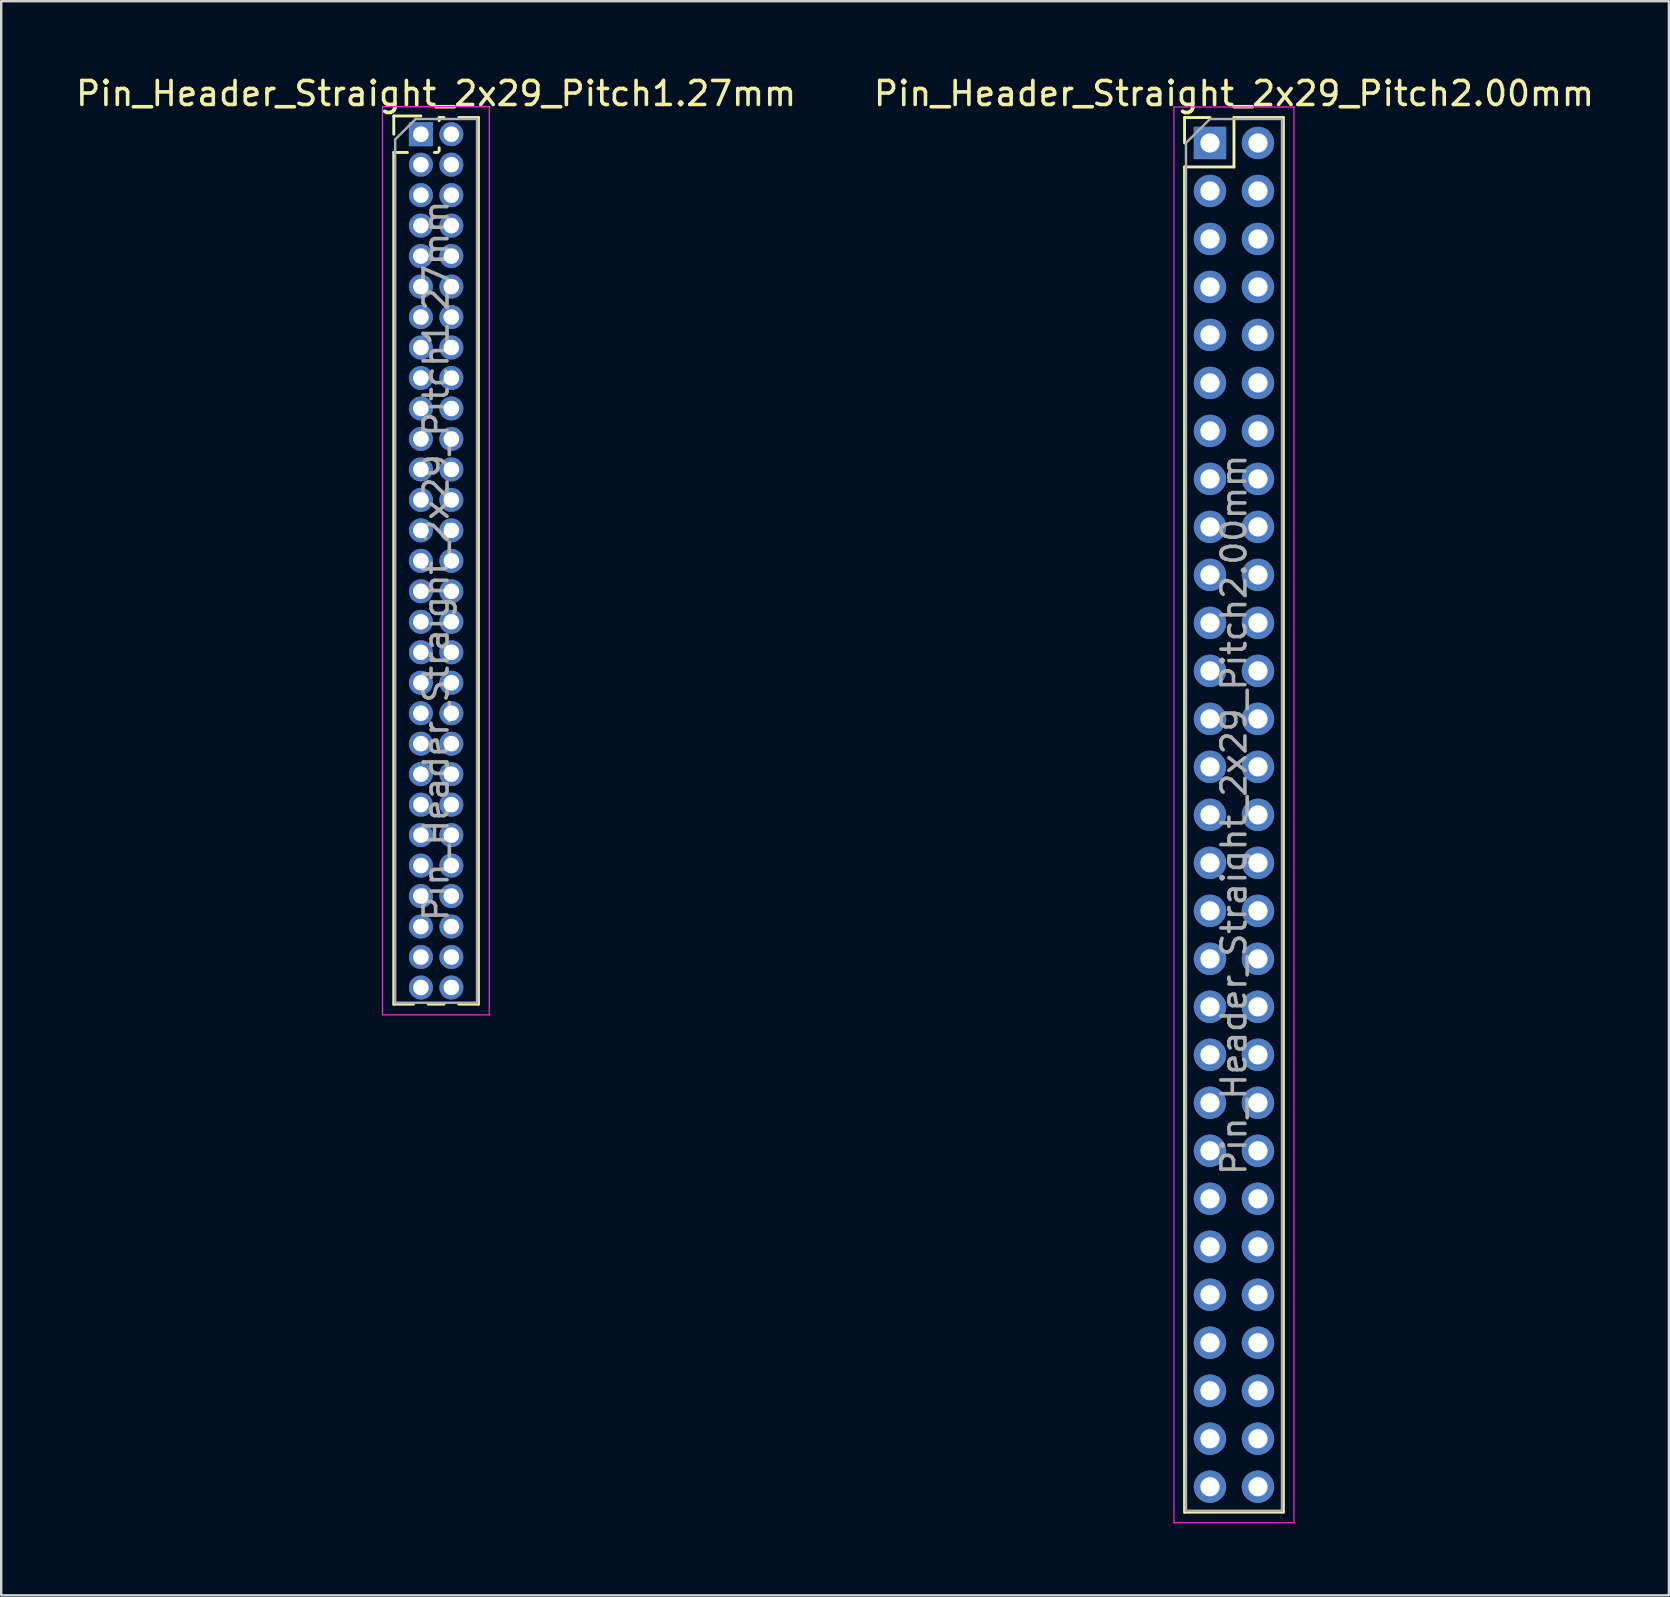
<source format=kicad_pcb>
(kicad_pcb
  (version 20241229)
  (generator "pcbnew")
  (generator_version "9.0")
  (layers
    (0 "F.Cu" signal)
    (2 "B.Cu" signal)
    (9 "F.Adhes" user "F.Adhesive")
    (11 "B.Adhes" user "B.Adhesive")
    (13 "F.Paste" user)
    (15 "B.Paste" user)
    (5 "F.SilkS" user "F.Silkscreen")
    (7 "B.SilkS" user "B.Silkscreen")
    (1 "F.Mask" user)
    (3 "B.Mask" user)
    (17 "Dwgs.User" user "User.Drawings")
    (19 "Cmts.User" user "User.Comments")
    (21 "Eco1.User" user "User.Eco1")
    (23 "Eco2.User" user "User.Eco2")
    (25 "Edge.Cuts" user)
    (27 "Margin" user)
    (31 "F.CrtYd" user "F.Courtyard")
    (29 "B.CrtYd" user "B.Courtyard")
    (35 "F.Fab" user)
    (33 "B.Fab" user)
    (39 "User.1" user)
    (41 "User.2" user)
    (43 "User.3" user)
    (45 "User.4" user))
  (footprint "Pin_Header_Straight_2x29_Pitch2.00mm"
    (layer "F.Cu")
    (at 47.375 2.908)
    (property "Reference" "Pin_Header_Straight_2x29_Pitch2.00mm" (at 1 -2.06 0) (layer "F.SilkS") (effects (font (size 1 1) (thickness 0.15))))
    (attr through_hole)
    (fp_line (start -1.06 -1.06) (end 0 -1.06) (stroke (width 0.12) (type solid)) (layer "F.SilkS"))
    (fp_line (start -1.06 0) (end -1.06 -1.06) (stroke (width 0.12) (type solid)) (layer "F.SilkS"))
    (fp_line (start -1.06 1) (end -1.06 57.06) (stroke (width 0.12) (type solid)) (layer "F.SilkS"))
    (fp_line (start -1.06 1) (end 1 1) (stroke (width 0.12) (type solid)) (layer "F.SilkS"))
    (fp_line (start -1.06 57.06) (end 3.06 57.06) (stroke (width 0.12) (type solid)) (layer "F.SilkS"))
    (fp_line (start 1 -1.06) (end 3.06 -1.06) (stroke (width 0.12) (type solid)) (layer "F.SilkS"))
    (fp_line (start 1 1) (end 1 -1.06) (stroke (width 0.12) (type solid)) (layer "F.SilkS"))
    (fp_line (start 3.06 -1.06) (end 3.06 57.06) (stroke (width 0.12) (type solid)) (layer "F.SilkS"))
    (fp_line (start -1.5 -1.5) (end -1.5 57.5) (stroke (width 0.05) (type solid)) (layer "F.CrtYd"))
    (fp_line (start -1.5 57.5) (end 3.5 57.5) (stroke (width 0.05) (type solid)) (layer "F.CrtYd"))
    (fp_line (start 3.5 -1.5) (end -1.5 -1.5) (stroke (width 0.05) (type solid)) (layer "F.CrtYd"))
    (fp_line (start 3.5 57.5) (end 3.5 -1.5) (stroke (width 0.05) (type solid)) (layer "F.CrtYd"))
    (fp_line (start -1 0) (end 0 -1) (stroke (width 0.1) (type solid)) (layer "F.Fab"))
    (fp_line (start -1 57) (end -1 0) (stroke (width 0.1) (type solid)) (layer "F.Fab"))
    (fp_line (start 0 -1) (end 3 -1) (stroke (width 0.1) (type solid)) (layer "F.Fab"))
    (fp_line (start 3 -1) (end 3 57) (stroke (width 0.1) (type solid)) (layer "F.Fab"))
    (fp_line (start 3 57) (end -1 57) (stroke (width 0.1) (type solid)) (layer "F.Fab"))
    (fp_text user "${REFERENCE}" (at 1 28 90) (layer "F.Fab") (effects (font (size 1 1) (thickness 0.15))))
    (pad "1" thru_hole rect (at 0 0) (size 1.35 1.35) (drill 0.8) (layers "*.Cu" "*.Mask"))
    (pad "2" thru_hole oval (at 2 0) (size 1.35 1.35) (drill 0.8) (layers "*.Cu" "*.Mask"))
    (pad "3" thru_hole oval (at 0 2) (size 1.35 1.35) (drill 0.8) (layers "*.Cu" "*.Mask"))
    (pad "4" thru_hole oval (at 2 2) (size 1.35 1.35) (drill 0.8) (layers "*.Cu" "*.Mask"))
    (pad "5" thru_hole oval (at 0 4) (size 1.35 1.35) (drill 0.8) (layers "*.Cu" "*.Mask"))
    (pad "6" thru_hole oval (at 2 4) (size 1.35 1.35) (drill 0.8) (layers "*.Cu" "*.Mask"))
    (pad "7" thru_hole oval (at 0 6) (size 1.35 1.35) (drill 0.8) (layers "*.Cu" "*.Mask"))
    (pad "8" thru_hole oval (at 2 6) (size 1.35 1.35) (drill 0.8) (layers "*.Cu" "*.Mask"))
    (pad "9" thru_hole oval (at 0 8) (size 1.35 1.35) (drill 0.8) (layers "*.Cu" "*.Mask"))
    (pad "10" thru_hole oval (at 2 8) (size 1.35 1.35) (drill 0.8) (layers "*.Cu" "*.Mask"))
    (pad "11" thru_hole oval (at 0 10) (size 1.35 1.35) (drill 0.8) (layers "*.Cu" "*.Mask"))
    (pad "12" thru_hole oval (at 2 10) (size 1.35 1.35) (drill 0.8) (layers "*.Cu" "*.Mask"))
    (pad "13" thru_hole oval (at 0 12) (size 1.35 1.35) (drill 0.8) (layers "*.Cu" "*.Mask"))
    (pad "14" thru_hole oval (at 2 12) (size 1.35 1.35) (drill 0.8) (layers "*.Cu" "*.Mask"))
    (pad "15" thru_hole oval (at 0 14) (size 1.35 1.35) (drill 0.8) (layers "*.Cu" "*.Mask"))
    (pad "16" thru_hole oval (at 2 14) (size 1.35 1.35) (drill 0.8) (layers "*.Cu" "*.Mask"))
    (pad "17" thru_hole oval (at 0 16) (size 1.35 1.35) (drill 0.8) (layers "*.Cu" "*.Mask"))
    (pad "18" thru_hole oval (at 2 16) (size 1.35 1.35) (drill 0.8) (layers "*.Cu" "*.Mask"))
    (pad "19" thru_hole oval (at 0 18) (size 1.35 1.35) (drill 0.8) (layers "*.Cu" "*.Mask"))
    (pad "20" thru_hole oval (at 2 18) (size 1.35 1.35) (drill 0.8) (layers "*.Cu" "*.Mask"))
    (pad "21" thru_hole oval (at 0 20) (size 1.35 1.35) (drill 0.8) (layers "*.Cu" "*.Mask"))
    (pad "22" thru_hole oval (at 2 20) (size 1.35 1.35) (drill 0.8) (layers "*.Cu" "*.Mask"))
    (pad "23" thru_hole oval (at 0 22) (size 1.35 1.35) (drill 0.8) (layers "*.Cu" "*.Mask"))
    (pad "24" thru_hole oval (at 2 22) (size 1.35 1.35) (drill 0.8) (layers "*.Cu" "*.Mask"))
    (pad "25" thru_hole oval (at 0 24) (size 1.35 1.35) (drill 0.8) (layers "*.Cu" "*.Mask"))
    (pad "26" thru_hole oval (at 2 24) (size 1.35 1.35) (drill 0.8) (layers "*.Cu" "*.Mask"))
    (pad "27" thru_hole oval (at 0 26) (size 1.35 1.35) (drill 0.8) (layers "*.Cu" "*.Mask"))
    (pad "28" thru_hole oval (at 2 26) (size 1.35 1.35) (drill 0.8) (layers "*.Cu" "*.Mask"))
    (pad "29" thru_hole oval (at 0 28) (size 1.35 1.35) (drill 0.8) (layers "*.Cu" "*.Mask"))
    (pad "30" thru_hole oval (at 2 28) (size 1.35 1.35) (drill 0.8) (layers "*.Cu" "*.Mask"))
    (pad "31" thru_hole oval (at 0 30) (size 1.35 1.35) (drill 0.8) (layers "*.Cu" "*.Mask"))
    (pad "32" thru_hole oval (at 2 30) (size 1.35 1.35) (drill 0.8) (layers "*.Cu" "*.Mask"))
    (pad "33" thru_hole oval (at 0 32) (size 1.35 1.35) (drill 0.8) (layers "*.Cu" "*.Mask"))
    (pad "34" thru_hole oval (at 2 32) (size 1.35 1.35) (drill 0.8) (layers "*.Cu" "*.Mask"))
    (pad "35" thru_hole oval (at 0 34) (size 1.35 1.35) (drill 0.8) (layers "*.Cu" "*.Mask"))
    (pad "36" thru_hole oval (at 2 34) (size 1.35 1.35) (drill 0.8) (layers "*.Cu" "*.Mask"))
    (pad "37" thru_hole oval (at 0 36) (size 1.35 1.35) (drill 0.8) (layers "*.Cu" "*.Mask"))
    (pad "38" thru_hole oval (at 2 36) (size 1.35 1.35) (drill 0.8) (layers "*.Cu" "*.Mask"))
    (pad "39" thru_hole oval (at 0 38) (size 1.35 1.35) (drill 0.8) (layers "*.Cu" "*.Mask"))
    (pad "40" thru_hole oval (at 2 38) (size 1.35 1.35) (drill 0.8) (layers "*.Cu" "*.Mask"))
    (pad "41" thru_hole oval (at 0 40) (size 1.35 1.35) (drill 0.8) (layers "*.Cu" "*.Mask"))
    (pad "42" thru_hole oval (at 2 40) (size 1.35 1.35) (drill 0.8) (layers "*.Cu" "*.Mask"))
    (pad "43" thru_hole oval (at 0 42) (size 1.35 1.35) (drill 0.8) (layers "*.Cu" "*.Mask"))
    (pad "44" thru_hole oval (at 2 42) (size 1.35 1.35) (drill 0.8) (layers "*.Cu" "*.Mask"))
    (pad "45" thru_hole oval (at 0 44) (size 1.35 1.35) (drill 0.8) (layers "*.Cu" "*.Mask"))
    (pad "46" thru_hole oval (at 2 44) (size 1.35 1.35) (drill 0.8) (layers "*.Cu" "*.Mask"))
    (pad "47" thru_hole oval (at 0 46) (size 1.35 1.35) (drill 0.8) (layers "*.Cu" "*.Mask"))
    (pad "48" thru_hole oval (at 2 46) (size 1.35 1.35) (drill 0.8) (layers "*.Cu" "*.Mask"))
    (pad "49" thru_hole oval (at 0 48) (size 1.35 1.35) (drill 0.8) (layers "*.Cu" "*.Mask"))
    (pad "50" thru_hole oval (at 2 48) (size 1.35 1.35) (drill 0.8) (layers "*.Cu" "*.Mask"))
    (pad "51" thru_hole oval (at 0 50) (size 1.35 1.35) (drill 0.8) (layers "*.Cu" "*.Mask"))
    (pad "52" thru_hole oval (at 2 50) (size 1.35 1.35) (drill 0.8) (layers "*.Cu" "*.Mask"))
    (pad "53" thru_hole oval (at 0 52) (size 1.35 1.35) (drill 0.8) (layers "*.Cu" "*.Mask"))
    (pad "54" thru_hole oval (at 2 52) (size 1.35 1.35) (drill 0.8) (layers "*.Cu" "*.Mask"))
    (pad "55" thru_hole oval (at 0 54) (size 1.35 1.35) (drill 0.8) (layers "*.Cu" "*.Mask"))
    (pad "56" thru_hole oval (at 2 54) (size 1.35 1.35) (drill 0.8) (layers "*.Cu" "*.Mask"))
    (pad "57" thru_hole oval (at 0 56) (size 1.35 1.35) (drill 0.8) (layers "*.Cu" "*.Mask"))
    (pad "58" thru_hole oval (at 2 56) (size 1.35 1.35) (drill 0.8) (layers "*.Cu" "*.Mask")))
  (footprint "Pin_Header_Straight_2x29_Pitch1.27mm"
    (layer "F.Cu")
    (at 14.49 2.543)
    (property "Reference" "Pin_Header_Straight_2x29_Pitch1.27mm" (at 0.635 -1.695 0) (layer "F.SilkS") (effects (font (size 1 1) (thickness 0.15))))
    (attr through_hole)
    (fp_line (start -1.13 -0.76) (end 0 -0.76) (stroke (width 0.12) (type solid)) (layer "F.SilkS"))
    (fp_line (start -1.13 0) (end -1.13 -0.76) (stroke (width 0.12) (type solid)) (layer "F.SilkS"))
    (fp_line (start -1.13 0.76) (end -1.13 36.255) (stroke (width 0.12) (type solid)) (layer "F.SilkS"))
    (fp_line (start -1.13 0.76) (end -0.563 0.76) (stroke (width 0.12) (type solid)) (layer "F.SilkS"))
    (fp_line (start -1.13 36.255) (end -0.308 36.255) (stroke (width 0.12) (type solid)) (layer "F.SilkS"))
    (fp_line (start 0.308 36.255) (end 0.962 36.255) (stroke (width 0.12) (type solid)) (layer "F.SilkS"))
    (fp_line (start 0.563 0.76) (end 0.707 0.76) (stroke (width 0.12) (type solid)) (layer "F.SilkS"))
    (fp_line (start 0.76 -0.695) (end 0.962 -0.695) (stroke (width 0.12) (type solid)) (layer "F.SilkS"))
    (fp_line (start 0.76 -0.563) (end 0.76 -0.695) (stroke (width 0.12) (type solid)) (layer "F.SilkS"))
    (fp_line (start 0.76 0.707) (end 0.76 0.563) (stroke (width 0.12) (type solid)) (layer "F.SilkS"))
    (fp_line (start 1.578 -0.695) (end 2.4 -0.695) (stroke (width 0.12) (type solid)) (layer "F.SilkS"))
    (fp_line (start 1.578 36.255) (end 2.4 36.255) (stroke (width 0.12) (type solid)) (layer "F.SilkS"))
    (fp_line (start 2.4 -0.695) (end 2.4 36.255) (stroke (width 0.12) (type solid)) (layer "F.SilkS"))
    (fp_line (start -1.6 -1.15) (end -1.6 36.7) (stroke (width 0.05) (type solid)) (layer "F.CrtYd"))
    (fp_line (start -1.6 36.7) (end 2.85 36.7) (stroke (width 0.05) (type solid)) (layer "F.CrtYd"))
    (fp_line (start 2.85 -1.15) (end -1.6 -1.15) (stroke (width 0.05) (type solid)) (layer "F.CrtYd"))
    (fp_line (start 2.85 36.7) (end 2.85 -1.15) (stroke (width 0.05) (type solid)) (layer "F.CrtYd"))
    (fp_line (start -1.07 0.217) (end -0.217 -0.635) (stroke (width 0.1) (type solid)) (layer "F.Fab"))
    (fp_line (start -1.07 36.195) (end -1.07 0.217) (stroke (width 0.1) (type solid)) (layer "F.Fab"))
    (fp_line (start -0.217 -0.635) (end 2.34 -0.635) (stroke (width 0.1) (type solid)) (layer "F.Fab"))
    (fp_line (start 2.34 -0.635) (end 2.34 36.195) (stroke (width 0.1) (type solid)) (layer "F.Fab"))
    (fp_line (start 2.34 36.195) (end -1.07 36.195) (stroke (width 0.1) (type solid)) (layer "F.Fab"))
    (fp_text user "${REFERENCE}" (at 0.635 17.78 90) (layer "F.Fab") (effects (font (size 1 1) (thickness 0.15))))
    (pad "1" thru_hole rect (at 0 0) (size 1 1) (drill 0.65) (layers "*.Cu" "*.Mask"))
    (pad "2" thru_hole oval (at 1.27 0) (size 1 1) (drill 0.65) (layers "*.Cu" "*.Mask"))
    (pad "3" thru_hole oval (at 0 1.27) (size 1 1) (drill 0.65) (layers "*.Cu" "*.Mask"))
    (pad "4" thru_hole oval (at 1.27 1.27) (size 1 1) (drill 0.65) (layers "*.Cu" "*.Mask"))
    (pad "5" thru_hole oval (at 0 2.54) (size 1 1) (drill 0.65) (layers "*.Cu" "*.Mask"))
    (pad "6" thru_hole oval (at 1.27 2.54) (size 1 1) (drill 0.65) (layers "*.Cu" "*.Mask"))
    (pad "7" thru_hole oval (at 0 3.81) (size 1 1) (drill 0.65) (layers "*.Cu" "*.Mask"))
    (pad "8" thru_hole oval (at 1.27 3.81) (size 1 1) (drill 0.65) (layers "*.Cu" "*.Mask"))
    (pad "9" thru_hole oval (at 0 5.08) (size 1 1) (drill 0.65) (layers "*.Cu" "*.Mask"))
    (pad "10" thru_hole oval (at 1.27 5.08) (size 1 1) (drill 0.65) (layers "*.Cu" "*.Mask"))
    (pad "11" thru_hole oval (at 0 6.35) (size 1 1) (drill 0.65) (layers "*.Cu" "*.Mask"))
    (pad "12" thru_hole oval (at 1.27 6.35) (size 1 1) (drill 0.65) (layers "*.Cu" "*.Mask"))
    (pad "13" thru_hole oval (at 0 7.62) (size 1 1) (drill 0.65) (layers "*.Cu" "*.Mask"))
    (pad "14" thru_hole oval (at 1.27 7.62) (size 1 1) (drill 0.65) (layers "*.Cu" "*.Mask"))
    (pad "15" thru_hole oval (at 0 8.89) (size 1 1) (drill 0.65) (layers "*.Cu" "*.Mask"))
    (pad "16" thru_hole oval (at 1.27 8.89) (size 1 1) (drill 0.65) (layers "*.Cu" "*.Mask"))
    (pad "17" thru_hole oval (at 0 10.16) (size 1 1) (drill 0.65) (layers "*.Cu" "*.Mask"))
    (pad "18" thru_hole oval (at 1.27 10.16) (size 1 1) (drill 0.65) (layers "*.Cu" "*.Mask"))
    (pad "19" thru_hole oval (at 0 11.43) (size 1 1) (drill 0.65) (layers "*.Cu" "*.Mask"))
    (pad "20" thru_hole oval (at 1.27 11.43) (size 1 1) (drill 0.65) (layers "*.Cu" "*.Mask"))
    (pad "21" thru_hole oval (at 0 12.7) (size 1 1) (drill 0.65) (layers "*.Cu" "*.Mask"))
    (pad "22" thru_hole oval (at 1.27 12.7) (size 1 1) (drill 0.65) (layers "*.Cu" "*.Mask"))
    (pad "23" thru_hole oval (at 0 13.97) (size 1 1) (drill 0.65) (layers "*.Cu" "*.Mask"))
    (pad "24" thru_hole oval (at 1.27 13.97) (size 1 1) (drill 0.65) (layers "*.Cu" "*.Mask"))
    (pad "25" thru_hole oval (at 0 15.24) (size 1 1) (drill 0.65) (layers "*.Cu" "*.Mask"))
    (pad "26" thru_hole oval (at 1.27 15.24) (size 1 1) (drill 0.65) (layers "*.Cu" "*.Mask"))
    (pad "27" thru_hole oval (at 0 16.51) (size 1 1) (drill 0.65) (layers "*.Cu" "*.Mask"))
    (pad "28" thru_hole oval (at 1.27 16.51) (size 1 1) (drill 0.65) (layers "*.Cu" "*.Mask"))
    (pad "29" thru_hole oval (at 0 17.78) (size 1 1) (drill 0.65) (layers "*.Cu" "*.Mask"))
    (pad "30" thru_hole oval (at 1.27 17.78) (size 1 1) (drill 0.65) (layers "*.Cu" "*.Mask"))
    (pad "31" thru_hole oval (at 0 19.05) (size 1 1) (drill 0.65) (layers "*.Cu" "*.Mask"))
    (pad "32" thru_hole oval (at 1.27 19.05) (size 1 1) (drill 0.65) (layers "*.Cu" "*.Mask"))
    (pad "33" thru_hole oval (at 0 20.32) (size 1 1) (drill 0.65) (layers "*.Cu" "*.Mask"))
    (pad "34" thru_hole oval (at 1.27 20.32) (size 1 1) (drill 0.65) (layers "*.Cu" "*.Mask"))
    (pad "35" thru_hole oval (at 0 21.59) (size 1 1) (drill 0.65) (layers "*.Cu" "*.Mask"))
    (pad "36" thru_hole oval (at 1.27 21.59) (size 1 1) (drill 0.65) (layers "*.Cu" "*.Mask"))
    (pad "37" thru_hole oval (at 0 22.86) (size 1 1) (drill 0.65) (layers "*.Cu" "*.Mask"))
    (pad "38" thru_hole oval (at 1.27 22.86) (size 1 1) (drill 0.65) (layers "*.Cu" "*.Mask"))
    (pad "39" thru_hole oval (at 0 24.13) (size 1 1) (drill 0.65) (layers "*.Cu" "*.Mask"))
    (pad "40" thru_hole oval (at 1.27 24.13) (size 1 1) (drill 0.65) (layers "*.Cu" "*.Mask"))
    (pad "41" thru_hole oval (at 0 25.4) (size 1 1) (drill 0.65) (layers "*.Cu" "*.Mask"))
    (pad "42" thru_hole oval (at 1.27 25.4) (size 1 1) (drill 0.65) (layers "*.Cu" "*.Mask"))
    (pad "43" thru_hole oval (at 0 26.67) (size 1 1) (drill 0.65) (layers "*.Cu" "*.Mask"))
    (pad "44" thru_hole oval (at 1.27 26.67) (size 1 1) (drill 0.65) (layers "*.Cu" "*.Mask"))
    (pad "45" thru_hole oval (at 0 27.94) (size 1 1) (drill 0.65) (layers "*.Cu" "*.Mask"))
    (pad "46" thru_hole oval (at 1.27 27.94) (size 1 1) (drill 0.65) (layers "*.Cu" "*.Mask"))
    (pad "47" thru_hole oval (at 0 29.21) (size 1 1) (drill 0.65) (layers "*.Cu" "*.Mask"))
    (pad "48" thru_hole oval (at 1.27 29.21) (size 1 1) (drill 0.65) (layers "*.Cu" "*.Mask"))
    (pad "49" thru_hole oval (at 0 30.48) (size 1 1) (drill 0.65) (layers "*.Cu" "*.Mask"))
    (pad "50" thru_hole oval (at 1.27 30.48) (size 1 1) (drill 0.65) (layers "*.Cu" "*.Mask"))
    (pad "51" thru_hole oval (at 0 31.75) (size 1 1) (drill 0.65) (layers "*.Cu" "*.Mask"))
    (pad "52" thru_hole oval (at 1.27 31.75) (size 1 1) (drill 0.65) (layers "*.Cu" "*.Mask"))
    (pad "53" thru_hole oval (at 0 33.02) (size 1 1) (drill 0.65) (layers "*.Cu" "*.Mask"))
    (pad "54" thru_hole oval (at 1.27 33.02) (size 1 1) (drill 0.65) (layers "*.Cu" "*.Mask"))
    (pad "55" thru_hole oval (at 0 34.29) (size 1 1) (drill 0.65) (layers "*.Cu" "*.Mask"))
    (pad "56" thru_hole oval (at 1.27 34.29) (size 1 1) (drill 0.65) (layers "*.Cu" "*.Mask"))
    (pad "57" thru_hole oval (at 0 35.56) (size 1 1) (drill 0.65) (layers "*.Cu" "*.Mask"))
    (pad "58" thru_hole oval (at 1.27 35.56) (size 1 1) (drill 0.65) (layers "*.Cu" "*.Mask")))
  (gr_rect
    (start -3 -3)
    (end 66.5 63.433)
    (stroke (width 0.1) (type default))
    (fill no)
    (layer "Edge.Cuts")))
</source>
